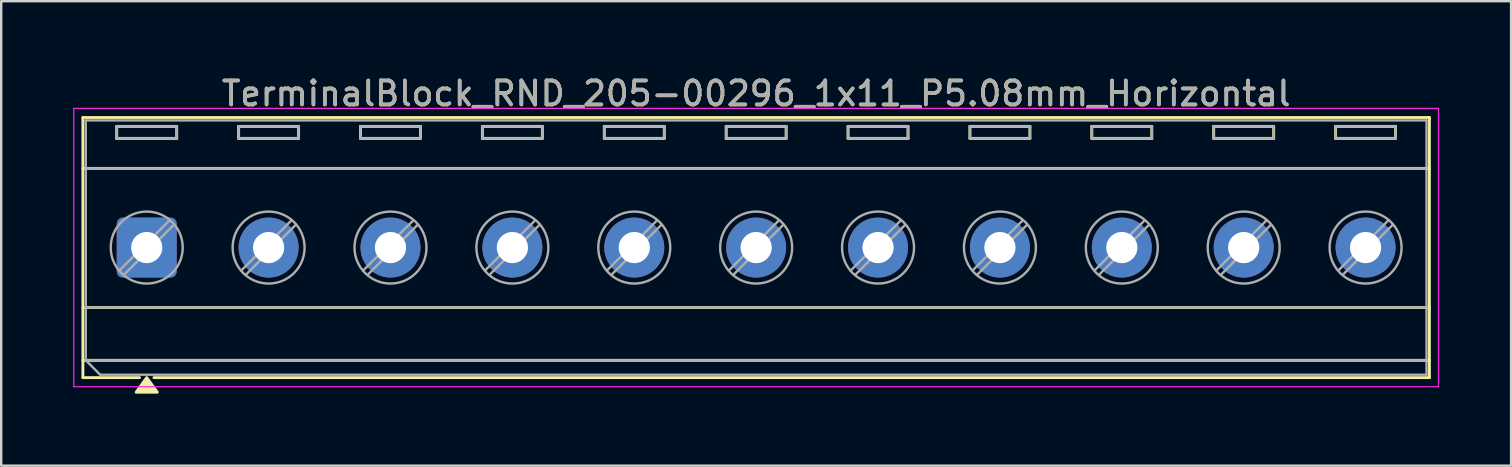
<source format=kicad_pcb>
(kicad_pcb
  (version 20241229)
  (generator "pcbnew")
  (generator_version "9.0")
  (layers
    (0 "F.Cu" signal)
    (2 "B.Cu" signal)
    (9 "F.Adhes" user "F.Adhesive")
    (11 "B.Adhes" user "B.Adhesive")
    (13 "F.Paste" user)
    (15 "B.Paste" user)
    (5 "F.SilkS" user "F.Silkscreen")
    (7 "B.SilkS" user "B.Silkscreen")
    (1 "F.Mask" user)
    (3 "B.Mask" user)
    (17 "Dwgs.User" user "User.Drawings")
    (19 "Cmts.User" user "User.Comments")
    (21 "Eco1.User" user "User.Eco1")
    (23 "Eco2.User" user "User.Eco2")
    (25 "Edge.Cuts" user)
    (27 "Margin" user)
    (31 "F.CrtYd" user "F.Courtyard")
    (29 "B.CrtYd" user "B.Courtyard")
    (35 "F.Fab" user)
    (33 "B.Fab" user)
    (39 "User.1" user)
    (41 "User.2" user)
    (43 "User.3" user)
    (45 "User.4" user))
  (footprint "TerminalBlock_RND_205-00296_1x11_P5.08mm_Horizontal"
    (layer "F.Cu")
    (at 3.065 7.268)
    (property "Reference" "TerminalBlock_RND_205-00296_1x11_P5.08mm_Horizontal" (at 25.4 -6.42 0) (layer "F.SilkS") (effects (font (size 1 1) (thickness 0.15))))
    (attr through_hole)
    (fp_line (start -2.66 -5.42) (end -2.66 5.42) (stroke (width 0.12) (type solid)) (layer "F.SilkS"))
    (fp_line (start -2.66 -5.42) (end 53.46 -5.42) (stroke (width 0.12) (type solid)) (layer "F.SilkS"))
    (fp_line (start -2.66 -3.3) (end 53.46 -3.3) (stroke (width 0.12) (type solid)) (layer "F.SilkS"))
    (fp_line (start -2.66 2.5) (end 53.46 2.5) (stroke (width 0.12) (type solid)) (layer "F.SilkS"))
    (fp_line (start -2.66 4.7) (end 53.46 4.7) (stroke (width 0.12) (type solid)) (layer "F.SilkS"))
    (fp_line (start -2.66 5.42) (end -0.3 5.42) (stroke (width 0.12) (type solid)) (layer "F.SilkS"))
    (fp_line (start -1.25 -5.05) (end -1.25 -4.55) (stroke (width 0.12) (type solid)) (layer "F.SilkS"))
    (fp_line (start -1.25 -5.05) (end 1.25 -5.05) (stroke (width 0.12) (type solid)) (layer "F.SilkS"))
    (fp_line (start -1.25 -4.55) (end 1.25 -4.55) (stroke (width 0.12) (type solid)) (layer "F.SilkS"))
    (fp_line (start 0.3 5.42) (end 53.46 5.42) (stroke (width 0.12) (type solid)) (layer "F.SilkS"))
    (fp_line (start 1.25 -5.05) (end 1.25 -4.55) (stroke (width 0.12) (type solid)) (layer "F.SilkS"))
    (fp_line (start 3.83 -5.05) (end 3.83 -4.55) (stroke (width 0.12) (type solid)) (layer "F.SilkS"))
    (fp_line (start 3.83 -5.05) (end 6.33 -5.05) (stroke (width 0.12) (type solid)) (layer "F.SilkS"))
    (fp_line (start 3.83 -4.55) (end 6.33 -4.55) (stroke (width 0.12) (type solid)) (layer "F.SilkS"))
    (fp_line (start 6.33 -5.05) (end 6.33 -4.55) (stroke (width 0.12) (type solid)) (layer "F.SilkS"))
    (fp_line (start 8.91 -5.05) (end 8.91 -4.55) (stroke (width 0.12) (type solid)) (layer "F.SilkS"))
    (fp_line (start 8.91 -5.05) (end 11.41 -5.05) (stroke (width 0.12) (type solid)) (layer "F.SilkS"))
    (fp_line (start 8.91 -4.55) (end 11.41 -4.55) (stroke (width 0.12) (type solid)) (layer "F.SilkS"))
    (fp_line (start 11.41 -5.05) (end 11.41 -4.55) (stroke (width 0.12) (type solid)) (layer "F.SilkS"))
    (fp_line (start 13.99 -5.05) (end 13.99 -4.55) (stroke (width 0.12) (type solid)) (layer "F.SilkS"))
    (fp_line (start 13.99 -5.05) (end 16.49 -5.05) (stroke (width 0.12) (type solid)) (layer "F.SilkS"))
    (fp_line (start 13.99 -4.55) (end 16.49 -4.55) (stroke (width 0.12) (type solid)) (layer "F.SilkS"))
    (fp_line (start 16.49 -5.05) (end 16.49 -4.55) (stroke (width 0.12) (type solid)) (layer "F.SilkS"))
    (fp_line (start 19.07 -5.05) (end 19.07 -4.55) (stroke (width 0.12) (type solid)) (layer "F.SilkS"))
    (fp_line (start 19.07 -5.05) (end 21.57 -5.05) (stroke (width 0.12) (type solid)) (layer "F.SilkS"))
    (fp_line (start 19.07 -4.55) (end 21.57 -4.55) (stroke (width 0.12) (type solid)) (layer "F.SilkS"))
    (fp_line (start 21.57 -5.05) (end 21.57 -4.55) (stroke (width 0.12) (type solid)) (layer "F.SilkS"))
    (fp_line (start 24.15 -5.05) (end 24.15 -4.55) (stroke (width 0.12) (type solid)) (layer "F.SilkS"))
    (fp_line (start 24.15 -5.05) (end 26.65 -5.05) (stroke (width 0.12) (type solid)) (layer "F.SilkS"))
    (fp_line (start 24.15 -4.55) (end 26.65 -4.55) (stroke (width 0.12) (type solid)) (layer "F.SilkS"))
    (fp_line (start 26.65 -5.05) (end 26.65 -4.55) (stroke (width 0.12) (type solid)) (layer "F.SilkS"))
    (fp_line (start 29.23 -5.05) (end 29.23 -4.55) (stroke (width 0.12) (type solid)) (layer "F.SilkS"))
    (fp_line (start 29.23 -5.05) (end 31.73 -5.05) (stroke (width 0.12) (type solid)) (layer "F.SilkS"))
    (fp_line (start 29.23 -4.55) (end 31.73 -4.55) (stroke (width 0.12) (type solid)) (layer "F.SilkS"))
    (fp_line (start 31.73 -5.05) (end 31.73 -4.55) (stroke (width 0.12) (type solid)) (layer "F.SilkS"))
    (fp_line (start 34.31 -5.05) (end 34.31 -4.55) (stroke (width 0.12) (type solid)) (layer "F.SilkS"))
    (fp_line (start 34.31 -5.05) (end 36.81 -5.05) (stroke (width 0.12) (type solid)) (layer "F.SilkS"))
    (fp_line (start 34.31 -4.55) (end 36.81 -4.55) (stroke (width 0.12) (type solid)) (layer "F.SilkS"))
    (fp_line (start 36.81 -5.05) (end 36.81 -4.55) (stroke (width 0.12) (type solid)) (layer "F.SilkS"))
    (fp_line (start 39.39 -5.05) (end 39.39 -4.55) (stroke (width 0.12) (type solid)) (layer "F.SilkS"))
    (fp_line (start 39.39 -5.05) (end 41.89 -5.05) (stroke (width 0.12) (type solid)) (layer "F.SilkS"))
    (fp_line (start 39.39 -4.55) (end 41.89 -4.55) (stroke (width 0.12) (type solid)) (layer "F.SilkS"))
    (fp_line (start 41.89 -5.05) (end 41.89 -4.55) (stroke (width 0.12) (type solid)) (layer "F.SilkS"))
    (fp_line (start 44.47 -5.05) (end 44.47 -4.55) (stroke (width 0.12) (type solid)) (layer "F.SilkS"))
    (fp_line (start 44.47 -5.05) (end 46.97 -5.05) (stroke (width 0.12) (type solid)) (layer "F.SilkS"))
    (fp_line (start 44.47 -4.55) (end 46.97 -4.55) (stroke (width 0.12) (type solid)) (layer "F.SilkS"))
    (fp_line (start 46.97 -5.05) (end 46.97 -4.55) (stroke (width 0.12) (type solid)) (layer "F.SilkS"))
    (fp_line (start 49.55 -5.05) (end 49.55 -4.55) (stroke (width 0.12) (type solid)) (layer "F.SilkS"))
    (fp_line (start 49.55 -5.05) (end 52.05 -5.05) (stroke (width 0.12) (type solid)) (layer "F.SilkS"))
    (fp_line (start 49.55 -4.55) (end 52.05 -4.55) (stroke (width 0.12) (type solid)) (layer "F.SilkS"))
    (fp_line (start 52.05 -5.05) (end 52.05 -4.55) (stroke (width 0.12) (type solid)) (layer "F.SilkS"))
    (fp_line (start 53.46 -5.42) (end 53.46 5.42) (stroke (width 0.12) (type solid)) (layer "F.SilkS"))
    (fp_poly (pts (xy 0 5.42) (xy 0.44 6.03) (xy -0.44 6.03)) (stroke (width 0.12) (type solid)) (fill yes) (layer "F.SilkS"))
    (fp_line (start -3.04 -5.8) (end -3.04 5.8) (stroke (width 0.05) (type solid)) (layer "F.CrtYd"))
    (fp_line (start -3.04 5.8) (end 53.84 5.8) (stroke (width 0.05) (type solid)) (layer "F.CrtYd"))
    (fp_line (start 53.84 -5.8) (end -3.04 -5.8) (stroke (width 0.05) (type solid)) (layer "F.CrtYd"))
    (fp_line (start 53.84 5.8) (end 53.84 -5.8) (stroke (width 0.05) (type solid)) (layer "F.CrtYd"))
    (fp_line (start -2.54 -5.3) (end 53.34 -5.3) (stroke (width 0.1) (type solid)) (layer "F.Fab"))
    (fp_line (start -2.54 -3.3) (end 53.34 -3.3) (stroke (width 0.1) (type solid)) (layer "F.Fab"))
    (fp_line (start -2.54 2.5) (end 53.34 2.5) (stroke (width 0.1) (type solid)) (layer "F.Fab"))
    (fp_line (start -2.54 4.7) (end -2.54 -5.3) (stroke (width 0.1) (type solid)) (layer "F.Fab"))
    (fp_line (start -2.54 4.7) (end 53.34 4.7) (stroke (width 0.1) (type solid)) (layer "F.Fab"))
    (fp_line (start -1.94 5.3) (end -2.54 4.7) (stroke (width 0.1) (type solid)) (layer "F.Fab"))
    (fp_line (start -1.25 -5.05) (end -1.25 -4.55) (stroke (width 0.1) (type solid)) (layer "F.Fab"))
    (fp_line (start -1.25 -4.55) (end 1.25 -4.55) (stroke (width 0.1) (type solid)) (layer "F.Fab"))
    (fp_line (start 0.955 -1.138) (end -1.138 0.955) (stroke (width 0.1) (type solid)) (layer "F.Fab"))
    (fp_line (start 1.138 -0.955) (end -0.955 1.138) (stroke (width 0.1) (type solid)) (layer "F.Fab"))
    (fp_line (start 1.25 -5.05) (end -1.25 -5.05) (stroke (width 0.1) (type solid)) (layer "F.Fab"))
    (fp_line (start 1.25 -4.55) (end 1.25 -5.05) (stroke (width 0.1) (type solid)) (layer "F.Fab"))
    (fp_line (start 3.83 -5.05) (end 3.83 -4.55) (stroke (width 0.1) (type solid)) (layer "F.Fab"))
    (fp_line (start 3.83 -4.55) (end 6.33 -4.55) (stroke (width 0.1) (type solid)) (layer "F.Fab"))
    (fp_line (start 6.035 -1.138) (end 3.942 0.955) (stroke (width 0.1) (type solid)) (layer "F.Fab"))
    (fp_line (start 6.218 -0.955) (end 4.125 1.138) (stroke (width 0.1) (type solid)) (layer "F.Fab"))
    (fp_line (start 6.33 -5.05) (end 3.83 -5.05) (stroke (width 0.1) (type solid)) (layer "F.Fab"))
    (fp_line (start 6.33 -4.55) (end 6.33 -5.05) (stroke (width 0.1) (type solid)) (layer "F.Fab"))
    (fp_line (start 8.91 -5.05) (end 8.91 -4.55) (stroke (width 0.1) (type solid)) (layer "F.Fab"))
    (fp_line (start 8.91 -4.55) (end 11.41 -4.55) (stroke (width 0.1) (type solid)) (layer "F.Fab"))
    (fp_line (start 11.115 -1.138) (end 9.022 0.955) (stroke (width 0.1) (type solid)) (layer "F.Fab"))
    (fp_line (start 11.298 -0.955) (end 9.205 1.138) (stroke (width 0.1) (type solid)) (layer "F.Fab"))
    (fp_line (start 11.41 -5.05) (end 8.91 -5.05) (stroke (width 0.1) (type solid)) (layer "F.Fab"))
    (fp_line (start 11.41 -4.55) (end 11.41 -5.05) (stroke (width 0.1) (type solid)) (layer "F.Fab"))
    (fp_line (start 13.99 -5.05) (end 13.99 -4.55) (stroke (width 0.1) (type solid)) (layer "F.Fab"))
    (fp_line (start 13.99 -4.55) (end 16.49 -4.55) (stroke (width 0.1) (type solid)) (layer "F.Fab"))
    (fp_line (start 16.195 -1.138) (end 14.102 0.955) (stroke (width 0.1) (type solid)) (layer "F.Fab"))
    (fp_line (start 16.378 -0.955) (end 14.285 1.138) (stroke (width 0.1) (type solid)) (layer "F.Fab"))
    (fp_line (start 16.49 -5.05) (end 13.99 -5.05) (stroke (width 0.1) (type solid)) (layer "F.Fab"))
    (fp_line (start 16.49 -4.55) (end 16.49 -5.05) (stroke (width 0.1) (type solid)) (layer "F.Fab"))
    (fp_line (start 19.07 -5.05) (end 19.07 -4.55) (stroke (width 0.1) (type solid)) (layer "F.Fab"))
    (fp_line (start 19.07 -4.55) (end 21.57 -4.55) (stroke (width 0.1) (type solid)) (layer "F.Fab"))
    (fp_line (start 21.275 -1.138) (end 19.182 0.955) (stroke (width 0.1) (type solid)) (layer "F.Fab"))
    (fp_line (start 21.458 -0.955) (end 19.365 1.138) (stroke (width 0.1) (type solid)) (layer "F.Fab"))
    (fp_line (start 21.57 -5.05) (end 19.07 -5.05) (stroke (width 0.1) (type solid)) (layer "F.Fab"))
    (fp_line (start 21.57 -4.55) (end 21.57 -5.05) (stroke (width 0.1) (type solid)) (layer "F.Fab"))
    (fp_line (start 24.15 -5.05) (end 24.15 -4.55) (stroke (width 0.1) (type solid)) (layer "F.Fab"))
    (fp_line (start 24.15 -4.55) (end 26.65 -4.55) (stroke (width 0.1) (type solid)) (layer "F.Fab"))
    (fp_line (start 26.355 -1.138) (end 24.262 0.955) (stroke (width 0.1) (type solid)) (layer "F.Fab"))
    (fp_line (start 26.538 -0.955) (end 24.445 1.138) (stroke (width 0.1) (type solid)) (layer "F.Fab"))
    (fp_line (start 26.65 -5.05) (end 24.15 -5.05) (stroke (width 0.1) (type solid)) (layer "F.Fab"))
    (fp_line (start 26.65 -4.55) (end 26.65 -5.05) (stroke (width 0.1) (type solid)) (layer "F.Fab"))
    (fp_line (start 29.23 -5.05) (end 29.23 -4.55) (stroke (width 0.1) (type solid)) (layer "F.Fab"))
    (fp_line (start 29.23 -4.55) (end 31.73 -4.55) (stroke (width 0.1) (type solid)) (layer "F.Fab"))
    (fp_line (start 31.435 -1.138) (end 29.342 0.955) (stroke (width 0.1) (type solid)) (layer "F.Fab"))
    (fp_line (start 31.618 -0.955) (end 29.525 1.138) (stroke (width 0.1) (type solid)) (layer "F.Fab"))
    (fp_line (start 31.73 -5.05) (end 29.23 -5.05) (stroke (width 0.1) (type solid)) (layer "F.Fab"))
    (fp_line (start 31.73 -4.55) (end 31.73 -5.05) (stroke (width 0.1) (type solid)) (layer "F.Fab"))
    (fp_line (start 34.31 -5.05) (end 34.31 -4.55) (stroke (width 0.1) (type solid)) (layer "F.Fab"))
    (fp_line (start 34.31 -4.55) (end 36.81 -4.55) (stroke (width 0.1) (type solid)) (layer "F.Fab"))
    (fp_line (start 36.515 -1.138) (end 34.422 0.955) (stroke (width 0.1) (type solid)) (layer "F.Fab"))
    (fp_line (start 36.698 -0.955) (end 34.605 1.138) (stroke (width 0.1) (type solid)) (layer "F.Fab"))
    (fp_line (start 36.81 -5.05) (end 34.31 -5.05) (stroke (width 0.1) (type solid)) (layer "F.Fab"))
    (fp_line (start 36.81 -4.55) (end 36.81 -5.05) (stroke (width 0.1) (type solid)) (layer "F.Fab"))
    (fp_line (start 39.39 -5.05) (end 39.39 -4.55) (stroke (width 0.1) (type solid)) (layer "F.Fab"))
    (fp_line (start 39.39 -4.55) (end 41.89 -4.55) (stroke (width 0.1) (type solid)) (layer "F.Fab"))
    (fp_line (start 41.595 -1.138) (end 39.502 0.955) (stroke (width 0.1) (type solid)) (layer "F.Fab"))
    (fp_line (start 41.778 -0.955) (end 39.685 1.138) (stroke (width 0.1) (type solid)) (layer "F.Fab"))
    (fp_line (start 41.89 -5.05) (end 39.39 -5.05) (stroke (width 0.1) (type solid)) (layer "F.Fab"))
    (fp_line (start 41.89 -4.55) (end 41.89 -5.05) (stroke (width 0.1) (type solid)) (layer "F.Fab"))
    (fp_line (start 44.47 -5.05) (end 44.47 -4.55) (stroke (width 0.1) (type solid)) (layer "F.Fab"))
    (fp_line (start 44.47 -4.55) (end 46.97 -4.55) (stroke (width 0.1) (type solid)) (layer "F.Fab"))
    (fp_line (start 46.675 -1.138) (end 44.582 0.955) (stroke (width 0.1) (type solid)) (layer "F.Fab"))
    (fp_line (start 46.858 -0.955) (end 44.765 1.138) (stroke (width 0.1) (type solid)) (layer "F.Fab"))
    (fp_line (start 46.97 -5.05) (end 44.47 -5.05) (stroke (width 0.1) (type solid)) (layer "F.Fab"))
    (fp_line (start 46.97 -4.55) (end 46.97 -5.05) (stroke (width 0.1) (type solid)) (layer "F.Fab"))
    (fp_line (start 49.55 -5.05) (end 49.55 -4.55) (stroke (width 0.1) (type solid)) (layer "F.Fab"))
    (fp_line (start 49.55 -4.55) (end 52.05 -4.55) (stroke (width 0.1) (type solid)) (layer "F.Fab"))
    (fp_line (start 51.755 -1.138) (end 49.662 0.955) (stroke (width 0.1) (type solid)) (layer "F.Fab"))
    (fp_line (start 51.938 -0.955) (end 49.845 1.138) (stroke (width 0.1) (type solid)) (layer "F.Fab"))
    (fp_line (start 52.05 -5.05) (end 49.55 -5.05) (stroke (width 0.1) (type solid)) (layer "F.Fab"))
    (fp_line (start 52.05 -4.55) (end 52.05 -5.05) (stroke (width 0.1) (type solid)) (layer "F.Fab"))
    (fp_line (start 53.34 -5.3) (end 53.34 5.3) (stroke (width 0.1) (type solid)) (layer "F.Fab"))
    (fp_line (start 53.34 5.3) (end -1.94 5.3) (stroke (width 0.1) (type solid)) (layer "F.Fab"))
    (fp_circle (center 0 0) (end 1.5 0) (stroke (width 0.1) (type solid)) (fill no) (layer "F.Fab"))
    (fp_circle (center 5.08 0) (end 6.58 0) (stroke (width 0.1) (type solid)) (fill no) (layer "F.Fab"))
    (fp_circle (center 10.16 0) (end 11.66 0) (stroke (width 0.1) (type solid)) (fill no) (layer "F.Fab"))
    (fp_circle (center 15.24 0) (end 16.74 0) (stroke (width 0.1) (type solid)) (fill no) (layer "F.Fab"))
    (fp_circle (center 20.32 0) (end 21.82 0) (stroke (width 0.1) (type solid)) (fill no) (layer "F.Fab"))
    (fp_circle (center 25.4 0) (end 26.9 0) (stroke (width 0.1) (type solid)) (fill no) (layer "F.Fab"))
    (fp_circle (center 30.48 0) (end 31.98 0) (stroke (width 0.1) (type solid)) (fill no) (layer "F.Fab"))
    (fp_circle (center 35.56 0) (end 37.06 0) (stroke (width 0.1) (type solid)) (fill no) (layer "F.Fab"))
    (fp_circle (center 40.64 0) (end 42.14 0) (stroke (width 0.1) (type solid)) (fill no) (layer "F.Fab"))
    (fp_circle (center 45.72 0) (end 47.22 0) (stroke (width 0.1) (type solid)) (fill no) (layer "F.Fab"))
    (fp_circle (center 50.8 0) (end 52.3 0) (stroke (width 0.1) (type solid)) (fill no) (layer "F.Fab"))
    (fp_text user "${REFERENCE}" (at 25.4 -6.42 0) (layer "F.Fab") (effects (font (size 1 1) (thickness 0.15))))
    (pad "1" thru_hole roundrect (at 0 0) (size 2.5 2.5) (drill 1.3) (layers "*.Cu" "*.Mask") (roundrect_rratio 0.1))
    (pad "2" thru_hole circle (at 5.08 0) (size 2.5 2.5) (drill 1.3) (layers "*.Cu" "*.Mask"))
    (pad "3" thru_hole circle (at 10.16 0) (size 2.5 2.5) (drill 1.3) (layers "*.Cu" "*.Mask"))
    (pad "4" thru_hole circle (at 15.24 0) (size 2.5 2.5) (drill 1.3) (layers "*.Cu" "*.Mask"))
    (pad "5" thru_hole circle (at 20.32 0) (size 2.5 2.5) (drill 1.3) (layers "*.Cu" "*.Mask"))
    (pad "6" thru_hole circle (at 25.4 0) (size 2.5 2.5) (drill 1.3) (layers "*.Cu" "*.Mask"))
    (pad "7" thru_hole circle (at 30.48 0) (size 2.5 2.5) (drill 1.3) (layers "*.Cu" "*.Mask"))
    (pad "8" thru_hole circle (at 35.56 0) (size 2.5 2.5) (drill 1.3) (layers "*.Cu" "*.Mask"))
    (pad "9" thru_hole circle (at 40.64 0) (size 2.5 2.5) (drill 1.3) (layers "*.Cu" "*.Mask"))
    (pad "10" thru_hole circle (at 45.72 0) (size 2.5 2.5) (drill 1.3) (layers "*.Cu" "*.Mask"))
    (pad "11" thru_hole circle (at 50.8 0) (size 2.5 2.5) (drill 1.3) (layers "*.Cu" "*.Mask")))
  (gr_rect
    (start -3 -3)
    (end 59.93 16.358)
    (stroke (width 0.1) (type default))
    (fill no)
    (layer "Edge.Cuts")))
</source>
